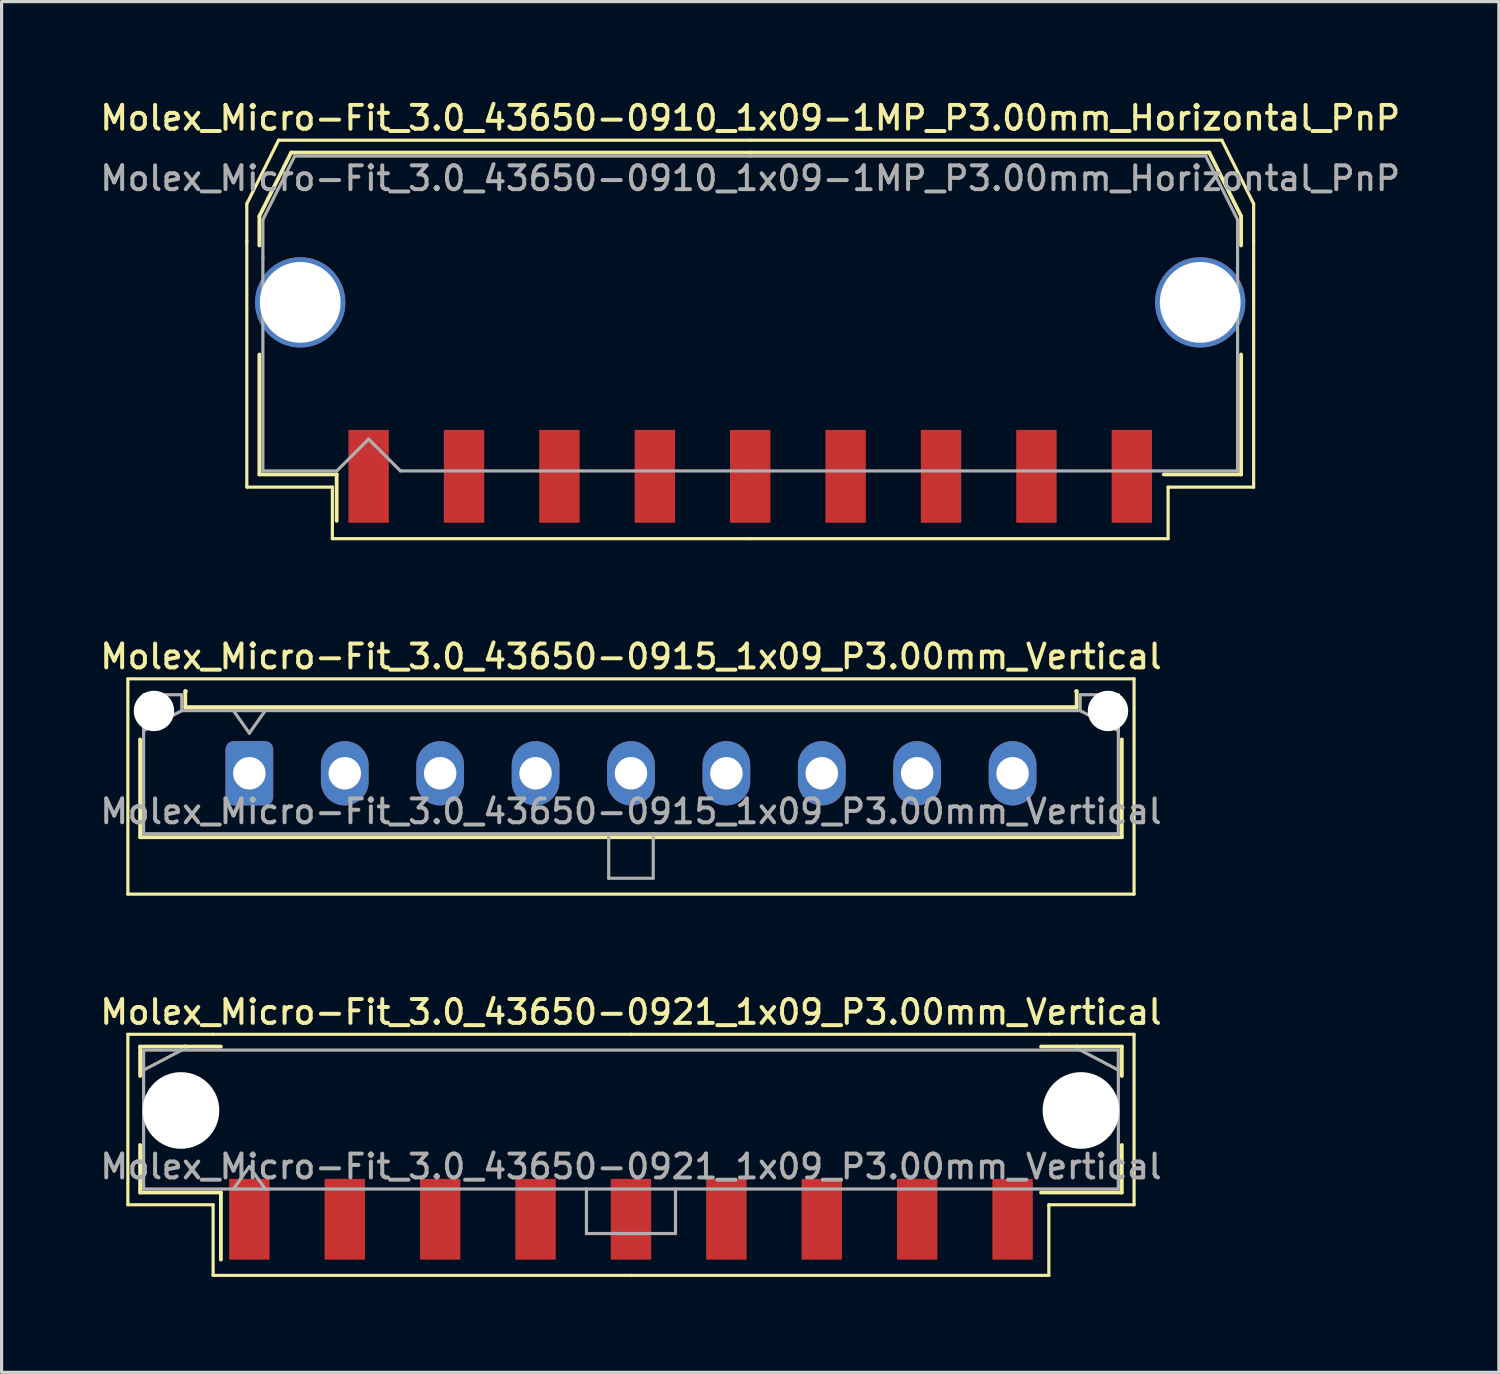
<source format=kicad_pcb>
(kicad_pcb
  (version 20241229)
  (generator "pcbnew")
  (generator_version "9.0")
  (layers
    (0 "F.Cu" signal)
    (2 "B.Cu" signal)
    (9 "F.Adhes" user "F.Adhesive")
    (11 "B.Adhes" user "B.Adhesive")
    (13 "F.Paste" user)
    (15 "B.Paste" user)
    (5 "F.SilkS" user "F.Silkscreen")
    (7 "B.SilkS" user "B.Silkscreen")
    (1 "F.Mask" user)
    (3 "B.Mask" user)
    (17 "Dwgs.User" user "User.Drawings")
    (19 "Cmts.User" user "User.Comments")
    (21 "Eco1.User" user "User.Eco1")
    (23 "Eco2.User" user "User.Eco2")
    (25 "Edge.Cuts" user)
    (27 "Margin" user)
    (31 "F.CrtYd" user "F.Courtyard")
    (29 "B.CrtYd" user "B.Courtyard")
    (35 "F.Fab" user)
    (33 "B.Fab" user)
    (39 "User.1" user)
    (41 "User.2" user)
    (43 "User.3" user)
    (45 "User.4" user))
  (footprint "Molex_Micro-Fit_3.0_43650-0910_1x09-1MP_P3.00mm_Horizontal_PnP"
    (layer "F.Cu")
    (at 20.541 6.808)
    (property "Reference" "Molex_Micro-Fit_3.0_43650-0910_1x09-1MP_P3.00mm_Horizontal_PnP" (at 0 -6.15 0) (layer "F.SilkS") (effects (font (size 0.75 0.75) (thickness 0.125))))
    (attr smd)
    (fp_line (start -15.83 -3.45) (end -15.83 -2.27) (stroke (width 0.1) (type solid)) (layer "F.SilkS"))
    (fp_line (start -15.83 -2.27) (end -15.83 5.46) (stroke (width 0.1) (type solid)) (layer "F.SilkS"))
    (fp_line (start -15.83 5.46) (end -13.14 5.46) (stroke (width 0.1) (type solid)) (layer "F.SilkS"))
    (fp_line (start -15.435 -3.06) (end -15.435 -2.14) (stroke (width 0.12) (type solid)) (layer "F.SilkS"))
    (fp_line (start -15.435 1.29) (end -15.435 5.06) (stroke (width 0.12) (type solid)) (layer "F.SilkS"))
    (fp_line (start -15.435 5.06) (end -13.005 5.06) (stroke (width 0.12) (type solid)) (layer "F.SilkS"))
    (fp_line (start -14.83 -5.45) (end -15.83 -3.45) (stroke (width 0.1) (type solid)) (layer "F.SilkS"))
    (fp_line (start -14.435 -5.06) (end -15.435 -3.06) (stroke (width 0.12) (type solid)) (layer "F.SilkS"))
    (fp_line (start -13.14 5.46) (end -13.14 7.08) (stroke (width 0.1) (type solid)) (layer "F.SilkS"))
    (fp_line (start -13.14 7.08) (end 0 7.08) (stroke (width 0.1) (type solid)) (layer "F.SilkS"))
    (fp_line (start -13.005 5.06) (end -13.005 6.52) (stroke (width 0.12) (type solid)) (layer "F.SilkS"))
    (fp_line (start 0 -5.45) (end -14.83 -5.45) (stroke (width 0.1) (type solid)) (layer "F.SilkS"))
    (fp_line (start 0 -5.45) (end 14.83 -5.45) (stroke (width 0.1) (type solid)) (layer "F.SilkS"))
    (fp_line (start 0 -5.06) (end -14.435 -5.06) (stroke (width 0.12) (type solid)) (layer "F.SilkS"))
    (fp_line (start 0 -5.06) (end 14.435 -5.06) (stroke (width 0.12) (type solid)) (layer "F.SilkS"))
    (fp_line (start 13.14 5.46) (end 13.14 7.08) (stroke (width 0.1) (type solid)) (layer "F.SilkS"))
    (fp_line (start 13.14 7.08) (end 0 7.08) (stroke (width 0.1) (type solid)) (layer "F.SilkS"))
    (fp_line (start 14.435 -5.06) (end 15.435 -3.06) (stroke (width 0.12) (type solid)) (layer "F.SilkS"))
    (fp_line (start 14.83 -5.45) (end 15.83 -3.45) (stroke (width 0.1) (type solid)) (layer "F.SilkS"))
    (fp_line (start 15.435 -3.06) (end 15.435 -2.14) (stroke (width 0.12) (type solid)) (layer "F.SilkS"))
    (fp_line (start 15.435 1.29) (end 15.435 5.06) (stroke (width 0.12) (type solid)) (layer "F.SilkS"))
    (fp_line (start 15.435 5.06) (end 13.005 5.06) (stroke (width 0.12) (type solid)) (layer "F.SilkS"))
    (fp_line (start 15.83 -3.45) (end 15.83 -2.27) (stroke (width 0.1) (type solid)) (layer "F.SilkS"))
    (fp_line (start 15.83 -2.27) (end 15.83 5.46) (stroke (width 0.1) (type solid)) (layer "F.SilkS"))
    (fp_line (start 15.83 5.46) (end 13.14 5.46) (stroke (width 0.1) (type solid)) (layer "F.SilkS"))
    (fp_line (start -15.325 -2.95) (end -15.325 -1.77) (stroke (width 0.1) (type solid)) (layer "F.Fab"))
    (fp_line (start -15.325 -1.77) (end -15.325 4.95) (stroke (width 0.1) (type solid)) (layer "F.Fab"))
    (fp_line (start -15.325 4.95) (end -13 4.95) (stroke (width 0.1) (type solid)) (layer "F.Fab"))
    (fp_line (start -14.325 -4.95) (end -15.325 -2.95) (stroke (width 0.1) (type solid)) (layer "F.Fab"))
    (fp_line (start -13 4.95) (end -12 3.95) (stroke (width 0.1) (type solid)) (layer "F.Fab"))
    (fp_line (start -12 3.95) (end -11 4.95) (stroke (width 0.1) (type solid)) (layer "F.Fab"))
    (fp_line (start -11 4.95) (end 0 4.95) (stroke (width 0.1) (type solid)) (layer "F.Fab"))
    (fp_line (start 0 -4.95) (end -14.325 -4.95) (stroke (width 0.1) (type solid)) (layer "F.Fab"))
    (fp_line (start 0 -4.95) (end 14.325 -4.95) (stroke (width 0.1) (type solid)) (layer "F.Fab"))
    (fp_line (start 12.635 4.95) (end 0 4.95) (stroke (width 0.1) (type solid)) (layer "F.Fab"))
    (fp_line (start 14.325 -4.95) (end 15.325 -2.95) (stroke (width 0.1) (type solid)) (layer "F.Fab"))
    (fp_line (start 15.325 -2.95) (end 15.325 -1.77) (stroke (width 0.1) (type solid)) (layer "F.Fab"))
    (fp_line (start 15.325 -1.77) (end 15.325 4.95) (stroke (width 0.1) (type solid)) (layer "F.Fab"))
    (fp_line (start 15.325 4.95) (end 12.635 4.95) (stroke (width 0.1) (type solid)) (layer "F.Fab"))
    (fp_text user "${REFERENCE}" (at 0 -4.25 0) (layer "F.Fab") (effects (font (size 0.75 0.75) (thickness 0.125))))
    (pad "1" smd rect (at -12 5.12) (size 1.27 2.92) (layers "F.Cu" "F.Mask" "F.Paste"))
    (pad "2" smd rect (at -9 5.12) (size 1.27 2.92) (layers "F.Cu" "F.Mask" "F.Paste"))
    (pad "3" smd rect (at -6 5.12) (size 1.27 2.92) (layers "F.Cu" "F.Mask" "F.Paste"))
    (pad "4" smd rect (at -3 5.12) (size 1.27 2.92) (layers "F.Cu" "F.Mask" "F.Paste"))
    (pad "5" smd rect (at 0 5.12) (size 1.27 2.92) (layers "F.Cu" "F.Mask" "F.Paste"))
    (pad "6" smd rect (at 3 5.12) (size 1.27 2.92) (layers "F.Cu" "F.Mask" "F.Paste"))
    (pad "7" smd rect (at 6 5.12) (size 1.27 2.92) (layers "F.Cu" "F.Mask" "F.Paste"))
    (pad "8" smd rect (at 9 5.12) (size 1.27 2.92) (layers "F.Cu" "F.Mask" "F.Paste"))
    (pad "9" smd rect (at 12 5.12) (size 1.27 2.92) (layers "F.Cu" "F.Mask" "F.Paste"))
    (pad "MP" thru_hole circle (at -14.15 -0.35) (size 2.84 2.84) (drill 2.54) (property pad_prop_heatsink) (layers "*.Cu" "*.Mask"))
    (pad "MP" thru_hole circle (at 14.15 -0.35) (size 2.84 2.84) (drill 2.54) (property pad_prop_heatsink) (layers "*.Cu" "*.Mask")))
  (footprint "Molex_Micro-Fit_3.0_43650-0921_1x09_P3.00mm_Vertical"
    (layer "F.Cu")
    (at 16.791 32.154)
    (property "Reference" "Molex_Micro-Fit_3.0_43650-0921_1x09_P3.00mm_Vertical" (at 0 -3.38 0) (layer "F.SilkS") (effects (font (size 0.75 0.75) (thickness 0.125))))
    (attr smd)
    (fp_line (start -15.82 -2.68) (end -15.82 2.68) (stroke (width 0.1) (type solid)) (layer "F.SilkS"))
    (fp_line (start -15.82 2.68) (end -13.14 2.68) (stroke (width 0.1) (type solid)) (layer "F.SilkS"))
    (fp_line (start -15.435 -2.295) (end -14.015 -2.295) (stroke (width 0.12) (type solid)) (layer "F.SilkS"))
    (fp_line (start -15.435 -1.37) (end -15.435 -2.295) (stroke (width 0.12) (type solid)) (layer "F.SilkS"))
    (fp_line (start -15.435 0.8) (end -15.435 2.295) (stroke (width 0.12) (type solid)) (layer "F.SilkS"))
    (fp_line (start -15.435 2.295) (end -12.895 2.295) (stroke (width 0.12) (type solid)) (layer "F.SilkS"))
    (fp_line (start -14.015 -2.295) (end -14.015 -2.295) (stroke (width 0.12) (type solid)) (layer "F.SilkS"))
    (fp_line (start -14.015 -2.295) (end -12.895 -2.295) (stroke (width 0.12) (type solid)) (layer "F.SilkS"))
    (fp_line (start -13.14 -2.68) (end -15.82 -2.68) (stroke (width 0.1) (type solid)) (layer "F.SilkS"))
    (fp_line (start -13.14 2.68) (end -13.14 4.9) (stroke (width 0.1) (type solid)) (layer "F.SilkS"))
    (fp_line (start -13.14 4.9) (end 0 4.9) (stroke (width 0.1) (type solid)) (layer "F.SilkS"))
    (fp_line (start -12.895 2.295) (end -12.895 4.405) (stroke (width 0.12) (type solid)) (layer "F.SilkS"))
    (fp_line (start 0 -2.68) (end -13.14 -2.68) (stroke (width 0.1) (type solid)) (layer "F.SilkS"))
    (fp_line (start 0 -2.68) (end 13.14 -2.68) (stroke (width 0.1) (type solid)) (layer "F.SilkS"))
    (fp_line (start 13.14 -2.68) (end 15.82 -2.68) (stroke (width 0.1) (type solid)) (layer "F.SilkS"))
    (fp_line (start 13.14 2.68) (end 13.14 4.9) (stroke (width 0.1) (type solid)) (layer "F.SilkS"))
    (fp_line (start 13.14 4.9) (end 0 4.9) (stroke (width 0.1) (type solid)) (layer "F.SilkS"))
    (fp_line (start 14.015 -2.295) (end 12.895 -2.295) (stroke (width 0.12) (type solid)) (layer "F.SilkS"))
    (fp_line (start 14.015 -2.295) (end 14.015 -2.295) (stroke (width 0.12) (type solid)) (layer "F.SilkS"))
    (fp_line (start 15.435 -2.295) (end 14.015 -2.295) (stroke (width 0.12) (type solid)) (layer "F.SilkS"))
    (fp_line (start 15.435 -1.37) (end 15.435 -2.295) (stroke (width 0.12) (type solid)) (layer "F.SilkS"))
    (fp_line (start 15.435 0.8) (end 15.435 2.295) (stroke (width 0.12) (type solid)) (layer "F.SilkS"))
    (fp_line (start 15.435 2.295) (end 12.895 2.295) (stroke (width 0.12) (type solid)) (layer "F.SilkS"))
    (fp_line (start 15.82 -2.68) (end 15.82 2.68) (stroke (width 0.1) (type solid)) (layer "F.SilkS"))
    (fp_line (start 15.82 2.68) (end 13.14 2.68) (stroke (width 0.1) (type solid)) (layer "F.SilkS"))
    (fp_line (start -15.325 -2.185) (end -15.325 2.185) (stroke (width 0.1) (type solid)) (layer "F.Fab"))
    (fp_line (start -15.325 -1.555) (end -14.125 -2.185) (stroke (width 0.1) (type solid)) (layer "F.Fab"))
    (fp_line (start -15.325 2.185) (end 15.325 2.185) (stroke (width 0.1) (type solid)) (layer "F.Fab"))
    (fp_line (start -14.125 -2.185) (end -15.325 -2.185) (stroke (width 0.1) (type solid)) (layer "F.Fab"))
    (fp_line (start -14.125 -2.185) (end -14.125 -2.185) (stroke (width 0.1) (type solid)) (layer "F.Fab"))
    (fp_line (start -12.5 2.185) (end -12 1.478) (stroke (width 0.1) (type solid)) (layer "F.Fab"))
    (fp_line (start -12 1.478) (end -11.5 2.185) (stroke (width 0.1) (type solid)) (layer "F.Fab"))
    (fp_line (start -1.4 2.185) (end -1.4 3.585) (stroke (width 0.1) (type solid)) (layer "F.Fab"))
    (fp_line (start -1.4 3.585) (end 1.4 3.585) (stroke (width 0.1) (type solid)) (layer "F.Fab"))
    (fp_line (start 1.4 3.585) (end 1.4 2.185) (stroke (width 0.1) (type solid)) (layer "F.Fab"))
    (fp_line (start 14.125 -2.185) (end -14.125 -2.185) (stroke (width 0.1) (type solid)) (layer "F.Fab"))
    (fp_line (start 14.125 -2.185) (end 14.125 -2.185) (stroke (width 0.1) (type solid)) (layer "F.Fab"))
    (fp_line (start 15.325 -2.185) (end 14.125 -2.185) (stroke (width 0.1) (type solid)) (layer "F.Fab"))
    (fp_line (start 15.325 -1.555) (end 14.125 -2.185) (stroke (width 0.1) (type solid)) (layer "F.Fab"))
    (fp_line (start 15.325 2.185) (end 15.325 -2.185) (stroke (width 0.1) (type solid)) (layer "F.Fab"))
    (fp_text user "${REFERENCE}" (at 0 1.48 0) (layer "F.Fab") (effects (font (size 0.75 0.75) (thickness 0.125))))
    (pad "" np_thru_hole circle (at -14.15 -0.285) (size 2.41 2.41) (drill 2.41) (layers "*.Cu" "*.Mask"))
    (pad "" np_thru_hole circle (at 14.15 -0.285) (size 2.41 2.41) (drill 2.41) (layers "*.Cu" "*.Mask"))
    (pad "1" smd rect (at -12 3.135) (size 1.27 2.54) (layers "F.Cu" "F.Mask" "F.Paste"))
    (pad "2" smd rect (at -9 3.135) (size 1.27 2.54) (layers "F.Cu" "F.Mask" "F.Paste"))
    (pad "3" smd rect (at -6 3.135) (size 1.27 2.54) (layers "F.Cu" "F.Mask" "F.Paste"))
    (pad "4" smd rect (at -3 3.135) (size 1.27 2.54) (layers "F.Cu" "F.Mask" "F.Paste"))
    (pad "5" smd rect (at 0 3.135) (size 1.27 2.54) (layers "F.Cu" "F.Mask" "F.Paste"))
    (pad "6" smd rect (at 3 3.135) (size 1.27 2.54) (layers "F.Cu" "F.Mask" "F.Paste"))
    (pad "7" smd rect (at 6 3.135) (size 1.27 2.54) (layers "F.Cu" "F.Mask" "F.Paste"))
    (pad "8" smd rect (at 9 3.135) (size 1.27 2.54) (layers "F.Cu" "F.Mask" "F.Paste"))
    (pad "9" smd rect (at 12 3.135) (size 1.27 2.54) (layers "F.Cu" "F.Mask" "F.Paste")))
  (footprint "Molex_Micro-Fit_3.0_43650-0915_1x09_P3.00mm_Vertical"
    (layer "F.Cu")
    (at 4.791 21.266)
    (property "Reference" "Molex_Micro-Fit_3.0_43650-0915_1x09_P3.00mm_Vertical" (at 12 -3.67 0) (layer "F.SilkS") (effects (font (size 0.75 0.75) (thickness 0.125))))
    (attr through_hole)
    (fp_line (start -3.82 -2.97) (end 27.82 -2.97) (stroke (width 0.1) (type solid)) (layer "F.SilkS"))
    (fp_line (start -3.82 3.8) (end -3.82 -2.97) (stroke (width 0.1) (type solid)) (layer "F.SilkS"))
    (fp_line (start -3.435 -1.065) (end -3.435 2.01) (stroke (width 0.12) (type solid)) (layer "F.SilkS"))
    (fp_line (start -3.435 2.01) (end 27.435 2.01) (stroke (width 0.12) (type solid)) (layer "F.SilkS"))
    (fp_line (start -2.015 -2.58) (end -2.015 -2.08) (stroke (width 0.12) (type solid)) (layer "F.SilkS"))
    (fp_line (start -2.015 -2.08) (end 26.015 -2.08) (stroke (width 0.12) (type solid)) (layer "F.SilkS"))
    (fp_line (start -1.995 -2.58) (end -2.015 -2.58) (stroke (width 0.12) (type solid)) (layer "F.SilkS"))
    (fp_line (start 26.015 -2.58) (end 25.995 -2.58) (stroke (width 0.12) (type solid)) (layer "F.SilkS"))
    (fp_line (start 26.015 -2.08) (end 26.015 -2.58) (stroke (width 0.12) (type solid)) (layer "F.SilkS"))
    (fp_line (start 27.435 2.01) (end 27.435 -1.065) (stroke (width 0.12) (type solid)) (layer "F.SilkS"))
    (fp_line (start 27.82 -2.97) (end 27.82 3.8) (stroke (width 0.1) (type solid)) (layer "F.SilkS"))
    (fp_line (start 27.82 3.8) (end -3.82 3.8) (stroke (width 0.1) (type solid)) (layer "F.SilkS"))
    (fp_line (start -3.325 -2.47) (end -3.325 1.9) (stroke (width 0.1) (type solid)) (layer "F.Fab"))
    (fp_line (start -3.325 -1.34) (end -2.125 -1.97) (stroke (width 0.1) (type solid)) (layer "F.Fab"))
    (fp_line (start -3.325 1.9) (end 27.325 1.9) (stroke (width 0.1) (type solid)) (layer "F.Fab"))
    (fp_line (start -2.125 -2.47) (end -3.325 -2.47) (stroke (width 0.1) (type solid)) (layer "F.Fab"))
    (fp_line (start -2.125 -1.97) (end -2.125 -2.47) (stroke (width 0.1) (type solid)) (layer "F.Fab"))
    (fp_line (start -0.5 -1.97) (end 0 -1.263) (stroke (width 0.1) (type solid)) (layer "F.Fab"))
    (fp_line (start 0 -1.263) (end 0.5 -1.97) (stroke (width 0.1) (type solid)) (layer "F.Fab"))
    (fp_line (start 11.3 1.9) (end 11.3 3.3) (stroke (width 0.1) (type solid)) (layer "F.Fab"))
    (fp_line (start 11.3 3.3) (end 12.7 3.3) (stroke (width 0.1) (type solid)) (layer "F.Fab"))
    (fp_line (start 12.7 3.3) (end 12.7 1.9) (stroke (width 0.1) (type solid)) (layer "F.Fab"))
    (fp_line (start 26.125 -2.47) (end 26.125 -1.97) (stroke (width 0.1) (type solid)) (layer "F.Fab"))
    (fp_line (start 26.125 -1.97) (end -2.125 -1.97) (stroke (width 0.1) (type solid)) (layer "F.Fab"))
    (fp_line (start 27.325 -2.47) (end 26.125 -2.47) (stroke (width 0.1) (type solid)) (layer "F.Fab"))
    (fp_line (start 27.325 -1.34) (end 26.125 -1.97) (stroke (width 0.1) (type solid)) (layer "F.Fab"))
    (fp_line (start 27.325 1.9) (end 27.325 -2.47) (stroke (width 0.1) (type solid)) (layer "F.Fab"))
    (fp_text user "${REFERENCE}" (at 12 1.2 0) (layer "F.Fab") (effects (font (size 0.75 0.75) (thickness 0.125))))
    (pad "" np_thru_hole circle (at -3 -1.96) (size 1.27 1.27) (drill 1.27) (layers "*.Cu" "*.Mask"))
    (pad "" np_thru_hole circle (at 27 -1.96) (size 1.27 1.27) (drill 1.27) (layers "*.Cu" "*.Mask"))
    (pad "1" thru_hole roundrect (at 0 0) (size 1.5 2.02) (drill 1.02) (layers "*.Cu" "*.Mask") (roundrect_rratio 0.167))
    (pad "2" thru_hole oval (at 3 0) (size 1.5 2.02) (drill 1.02) (layers "*.Cu" "*.Mask"))
    (pad "3" thru_hole oval (at 6 0) (size 1.5 2.02) (drill 1.02) (layers "*.Cu" "*.Mask"))
    (pad "4" thru_hole oval (at 9 0) (size 1.5 2.02) (drill 1.02) (layers "*.Cu" "*.Mask"))
    (pad "5" thru_hole oval (at 12 0) (size 1.5 2.02) (drill 1.02) (layers "*.Cu" "*.Mask"))
    (pad "6" thru_hole oval (at 15 0) (size 1.5 2.02) (drill 1.02) (layers "*.Cu" "*.Mask"))
    (pad "7" thru_hole oval (at 18 0) (size 1.5 2.02) (drill 1.02) (layers "*.Cu" "*.Mask"))
    (pad "8" thru_hole oval (at 21 0) (size 1.5 2.02) (drill 1.02) (layers "*.Cu" "*.Mask"))
    (pad "9" thru_hole oval (at 24 0) (size 1.5 2.02) (drill 1.02) (layers "*.Cu" "*.Mask")))
  (gr_rect
    (start -3 -3)
    (end 44.082 40.104)
    (stroke (width 0.1) (type default))
    (fill no)
    (layer "Edge.Cuts")))
</source>
